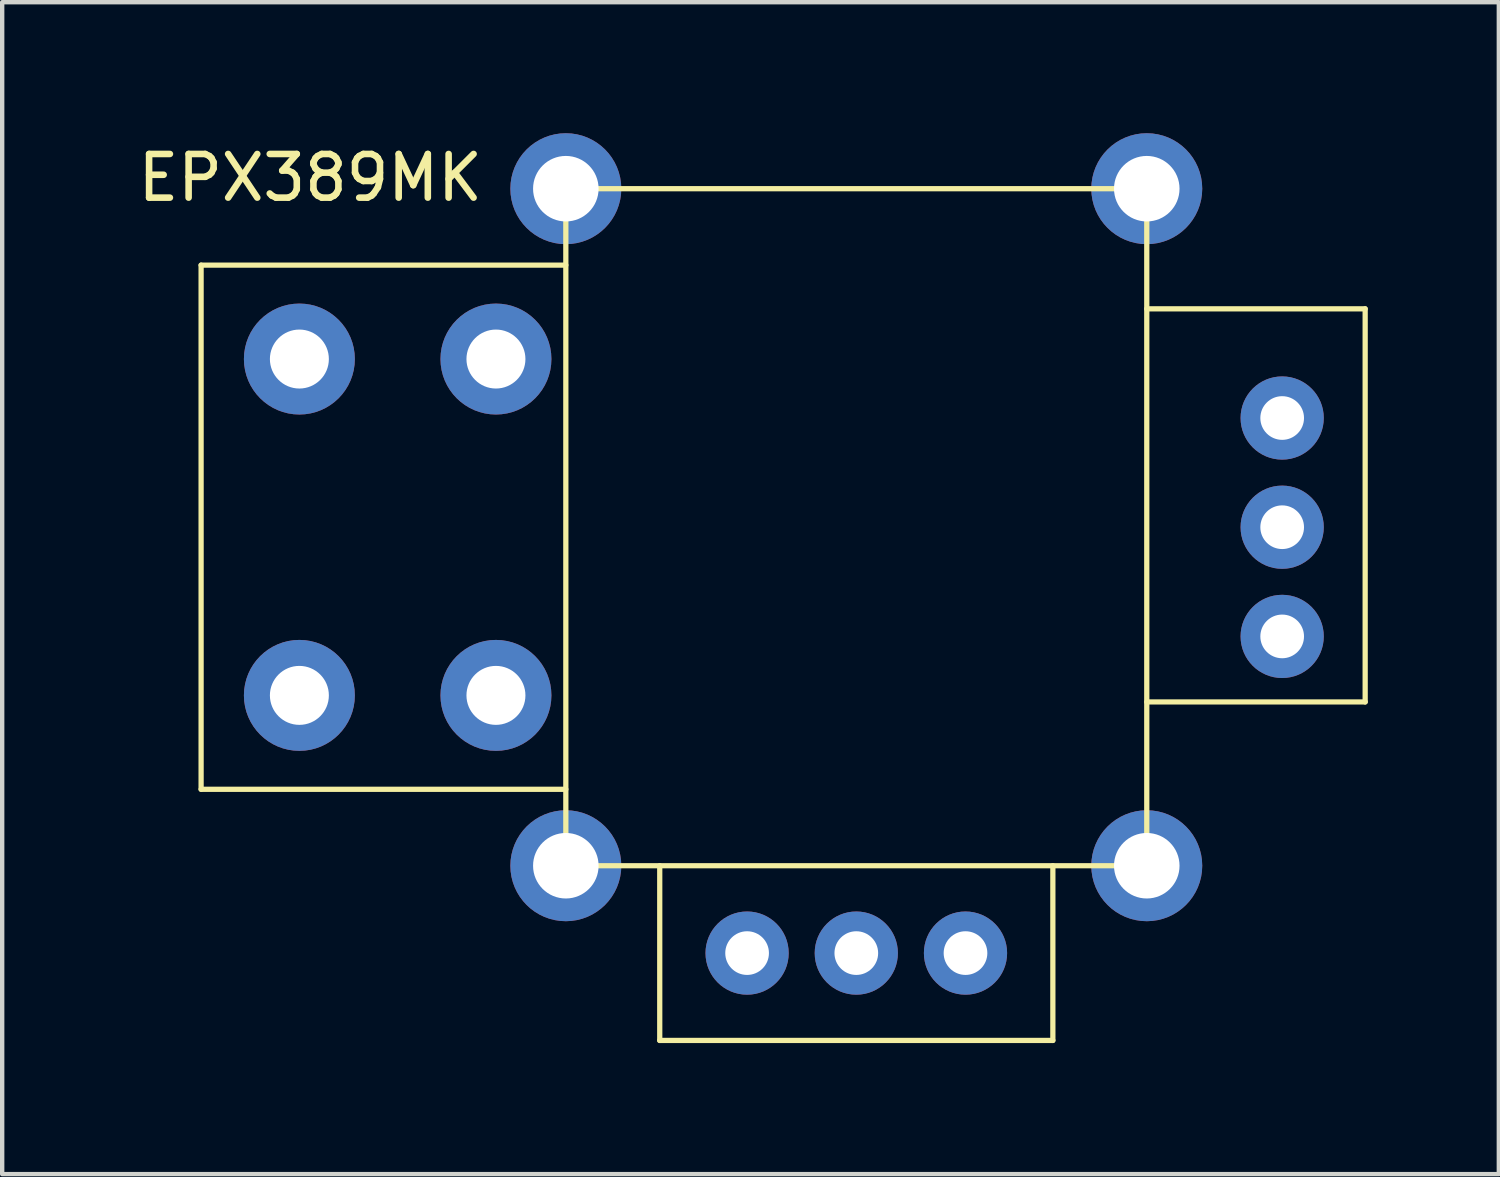
<source format=kicad_pcb>
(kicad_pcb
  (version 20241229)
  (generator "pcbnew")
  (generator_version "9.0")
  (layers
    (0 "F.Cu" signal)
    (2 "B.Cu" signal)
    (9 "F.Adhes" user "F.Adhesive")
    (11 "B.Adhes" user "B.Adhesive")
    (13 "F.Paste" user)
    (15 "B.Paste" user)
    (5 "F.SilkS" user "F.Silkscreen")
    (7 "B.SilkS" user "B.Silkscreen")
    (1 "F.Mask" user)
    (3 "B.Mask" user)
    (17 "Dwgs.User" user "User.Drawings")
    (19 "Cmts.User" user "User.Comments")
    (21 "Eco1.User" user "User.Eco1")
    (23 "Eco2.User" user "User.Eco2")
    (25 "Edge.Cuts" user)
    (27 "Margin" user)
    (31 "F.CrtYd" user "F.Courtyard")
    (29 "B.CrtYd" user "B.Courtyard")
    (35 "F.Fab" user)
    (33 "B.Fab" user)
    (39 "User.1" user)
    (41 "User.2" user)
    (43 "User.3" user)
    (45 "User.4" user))
  (footprint "EPX389MK"
    (layer "F.Cu")
    (at 16.554 9.02)
    (property "Reference" "EPX389MK" (at -12.5 -8 0) (layer "F.SilkS") (effects (font (size 1 1) (thickness 0.15))))
    (attr through_hole)
    (fp_line (start -15 -6) (end -15 6) (stroke (width 0.12) (type solid)) (layer "F.SilkS"))
    (fp_line (start -15 6) (end -6.65 6) (stroke (width 0.12) (type solid)) (layer "F.SilkS"))
    (fp_line (start -6.65 -7.75) (end 6.65 -7.75) (stroke (width 0.12) (type solid)) (layer "F.SilkS"))
    (fp_line (start -6.65 -6) (end -15 -6) (stroke (width 0.12) (type solid)) (layer "F.SilkS"))
    (fp_line (start -6.65 7.75) (end -6.65 -7.75) (stroke (width 0.12) (type solid)) (layer "F.SilkS"))
    (fp_line (start -4.5 7.75) (end -4.5 11.75) (stroke (width 0.12) (type solid)) (layer "F.SilkS"))
    (fp_line (start -4.5 11.75) (end 4.5 11.75) (stroke (width 0.12) (type solid)) (layer "F.SilkS"))
    (fp_line (start 4.5 11.75) (end 4.5 7.75) (stroke (width 0.12) (type solid)) (layer "F.SilkS"))
    (fp_line (start 6.65 -7.75) (end 6.65 7.75) (stroke (width 0.12) (type solid)) (layer "F.SilkS"))
    (fp_line (start 6.65 4) (end 11.65 4) (stroke (width 0.12) (type solid)) (layer "F.SilkS"))
    (fp_line (start 6.65 7.75) (end -6.65 7.75) (stroke (width 0.12) (type solid)) (layer "F.SilkS"))
    (fp_line (start 11.65 -5) (end 6.65 -5) (stroke (width 0.12) (type solid)) (layer "F.SilkS"))
    (fp_line (start 11.65 4) (end 11.65 -5) (stroke (width 0.12) (type solid)) (layer "F.SilkS"))
    (pad "1" thru_hole circle (at -12.75 -3.85) (size 2.54 2.54) (drill 1.35) (layers "*.Cu" "*.Mask"))
    (pad "1" thru_hole circle (at -12.75 3.85) (size 2.54 2.54) (drill 1.35) (layers "*.Cu" "*.Mask"))
    (pad "1" thru_hole circle (at -6.65 -7.75) (size 2.54 2.54) (drill 1.5) (layers "*.Cu" "*.Mask"))
    (pad "1" thru_hole circle (at -6.65 7.75) (size 2.54 2.54) (drill 1.5) (layers "*.Cu" "*.Mask"))
    (pad "1" thru_hole circle (at 2.5 9.75) (size 1.905 1.905) (drill 1) (layers "*.Cu" "*.Mask"))
    (pad "1" thru_hole circle (at 6.65 -7.75) (size 2.54 2.54) (drill 1.5) (layers "*.Cu" "*.Mask"))
    (pad "1" thru_hole circle (at 6.65 7.75) (size 2.54 2.54) (drill 1.5) (layers "*.Cu" "*.Mask"))
    (pad "1" thru_hole circle (at 9.75 -2.5) (size 1.905 1.905) (drill 1) (layers "*.Cu" "*.Mask"))
    (pad "2" thru_hole circle (at -2.5 9.75) (size 1.905 1.905) (drill 1) (layers "*.Cu" "*.Mask"))
    (pad "2" thru_hole circle (at 9.75 2.5) (size 1.905 1.905) (drill 1) (layers "*.Cu" "*.Mask"))
    (pad "3" thru_hole circle (at 9.75 0) (size 1.905 1.905) (drill 1) (layers "*.Cu" "*.Mask"))
    (pad "4" thru_hole circle (at 0 9.75) (size 1.905 1.905) (drill 1) (layers "*.Cu" "*.Mask"))
    (pad "5" thru_hole circle (at -8.25 -3.85) (size 2.54 2.54) (drill 1.35) (layers "*.Cu" "*.Mask"))
    (pad "5" thru_hole circle (at -8.25 3.85) (size 2.54 2.54) (drill 1.35) (layers "*.Cu" "*.Mask")))
  (gr_rect
    (start -3 -3)
    (end 31.264 23.83)
    (stroke (width 0.1) (type default))
    (fill no)
    (layer "Edge.Cuts")))
</source>
